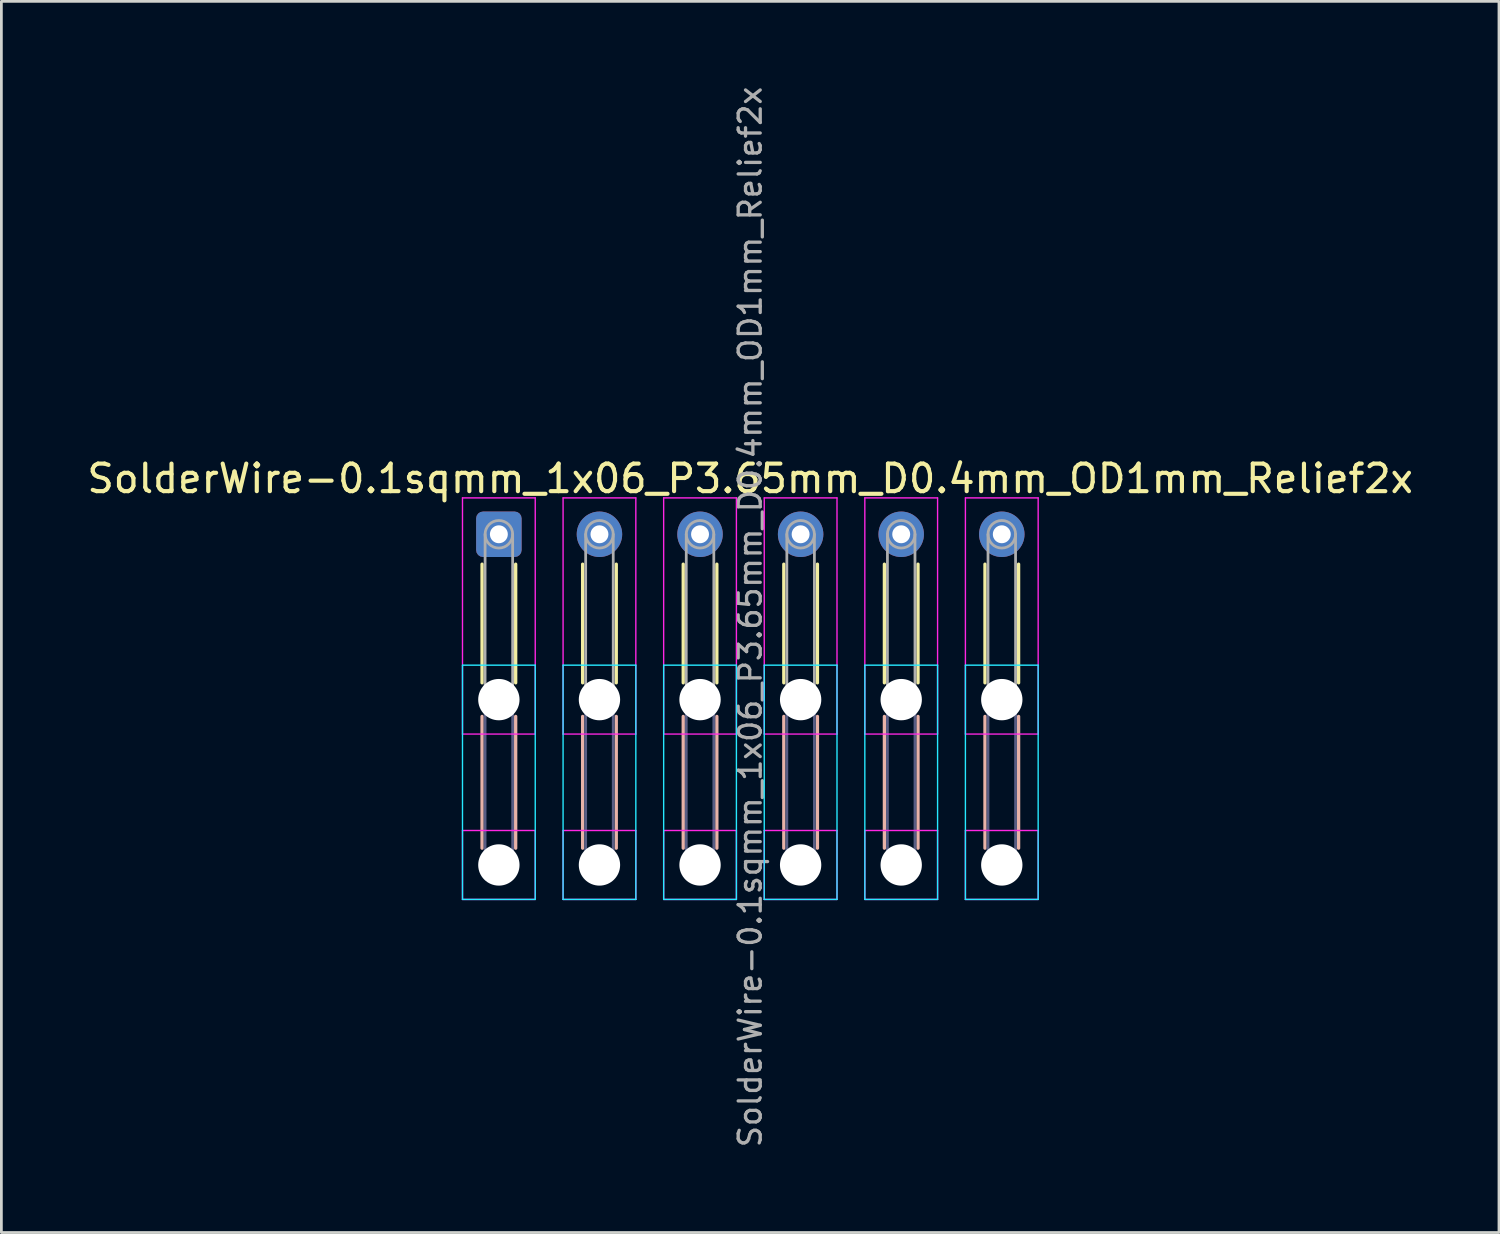
<source format=kicad_pcb>
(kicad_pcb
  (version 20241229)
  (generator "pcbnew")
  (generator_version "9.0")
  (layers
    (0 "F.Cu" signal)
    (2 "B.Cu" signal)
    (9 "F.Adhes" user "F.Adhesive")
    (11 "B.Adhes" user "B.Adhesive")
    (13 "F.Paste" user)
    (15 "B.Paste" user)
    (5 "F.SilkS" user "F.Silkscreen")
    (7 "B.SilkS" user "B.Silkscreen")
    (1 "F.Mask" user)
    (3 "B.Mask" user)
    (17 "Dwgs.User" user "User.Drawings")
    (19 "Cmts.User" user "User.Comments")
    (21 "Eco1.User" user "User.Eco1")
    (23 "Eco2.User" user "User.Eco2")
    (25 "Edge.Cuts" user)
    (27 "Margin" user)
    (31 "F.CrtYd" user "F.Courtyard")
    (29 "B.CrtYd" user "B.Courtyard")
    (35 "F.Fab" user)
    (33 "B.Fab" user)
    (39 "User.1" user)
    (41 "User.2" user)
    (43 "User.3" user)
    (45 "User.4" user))
  (footprint "SolderWire-0.1sqmm_1x06_P3.65mm_D0.4mm_OD1mm_Relief2x"
    (layer "F.Cu")
    (at 15.053 16.338)
    (property "Reference" "SolderWire-0.1sqmm_1x06_P3.65mm_D0.4mm_OD1mm_Relief2x" (at 9.12 -2.02 0) (layer "F.SilkS") (effects (font (size 1 1) (thickness 0.15))))
    (attr exclude_from_pos_files exclude_from_bom)
    (fp_line (start -0.61 1.085) (end -0.61 5.39) (stroke (width 0.12) (type solid)) (layer "F.SilkS"))
    (fp_line (start 0.61 1.085) (end 0.61 5.39) (stroke (width 0.12) (type solid)) (layer "F.SilkS"))
    (fp_line (start 3.04 1.085) (end 3.04 5.39) (stroke (width 0.12) (type solid)) (layer "F.SilkS"))
    (fp_line (start 4.26 1.085) (end 4.26 5.39) (stroke (width 0.12) (type solid)) (layer "F.SilkS"))
    (fp_line (start 6.69 1.085) (end 6.69 5.39) (stroke (width 0.12) (type solid)) (layer "F.SilkS"))
    (fp_line (start 7.91 1.085) (end 7.91 5.39) (stroke (width 0.12) (type solid)) (layer "F.SilkS"))
    (fp_line (start 10.34 1.085) (end 10.34 5.39) (stroke (width 0.12) (type solid)) (layer "F.SilkS"))
    (fp_line (start 11.56 1.085) (end 11.56 5.39) (stroke (width 0.12) (type solid)) (layer "F.SilkS"))
    (fp_line (start 13.99 1.085) (end 13.99 5.39) (stroke (width 0.12) (type solid)) (layer "F.SilkS"))
    (fp_line (start 15.21 1.085) (end 15.21 5.39) (stroke (width 0.12) (type solid)) (layer "F.SilkS"))
    (fp_line (start 17.64 1.085) (end 17.64 5.39) (stroke (width 0.12) (type solid)) (layer "F.SilkS"))
    (fp_line (start 18.86 1.085) (end 18.86 5.39) (stroke (width 0.12) (type solid)) (layer "F.SilkS"))
    (fp_line (start -0.61 6.61) (end -0.61 11.39) (stroke (width 0.12) (type solid)) (layer "B.SilkS"))
    (fp_line (start 0.61 6.61) (end 0.61 11.39) (stroke (width 0.12) (type solid)) (layer "B.SilkS"))
    (fp_line (start 3.04 6.61) (end 3.04 11.39) (stroke (width 0.12) (type solid)) (layer "B.SilkS"))
    (fp_line (start 4.26 6.61) (end 4.26 11.39) (stroke (width 0.12) (type solid)) (layer "B.SilkS"))
    (fp_line (start 6.69 6.61) (end 6.69 11.39) (stroke (width 0.12) (type solid)) (layer "B.SilkS"))
    (fp_line (start 7.91 6.61) (end 7.91 11.39) (stroke (width 0.12) (type solid)) (layer "B.SilkS"))
    (fp_line (start 10.34 6.61) (end 10.34 11.39) (stroke (width 0.12) (type solid)) (layer "B.SilkS"))
    (fp_line (start 11.56 6.61) (end 11.56 11.39) (stroke (width 0.12) (type solid)) (layer "B.SilkS"))
    (fp_line (start 13.99 6.61) (end 13.99 11.39) (stroke (width 0.12) (type solid)) (layer "B.SilkS"))
    (fp_line (start 15.21 6.61) (end 15.21 11.39) (stroke (width 0.12) (type solid)) (layer "B.SilkS"))
    (fp_line (start 17.64 6.61) (end 17.64 11.39) (stroke (width 0.12) (type solid)) (layer "B.SilkS"))
    (fp_line (start 18.86 6.61) (end 18.86 11.39) (stroke (width 0.12) (type solid)) (layer "B.SilkS"))
    (fp_line (start -1.32 4.75) (end -1.32 13.25) (stroke (width 0.05) (type solid)) (layer "B.CrtYd"))
    (fp_line (start -1.32 13.25) (end 1.32 13.25) (stroke (width 0.05) (type solid)) (layer "B.CrtYd"))
    (fp_line (start 1.32 4.75) (end -1.32 4.75) (stroke (width 0.05) (type solid)) (layer "B.CrtYd"))
    (fp_line (start 1.32 13.25) (end 1.32 4.75) (stroke (width 0.05) (type solid)) (layer "B.CrtYd"))
    (fp_line (start 2.33 4.75) (end 2.33 13.25) (stroke (width 0.05) (type solid)) (layer "B.CrtYd"))
    (fp_line (start 2.33 13.25) (end 4.97 13.25) (stroke (width 0.05) (type solid)) (layer "B.CrtYd"))
    (fp_line (start 4.97 4.75) (end 2.33 4.75) (stroke (width 0.05) (type solid)) (layer "B.CrtYd"))
    (fp_line (start 4.97 13.25) (end 4.97 4.75) (stroke (width 0.05) (type solid)) (layer "B.CrtYd"))
    (fp_line (start 5.98 4.75) (end 5.98 13.25) (stroke (width 0.05) (type solid)) (layer "B.CrtYd"))
    (fp_line (start 5.98 13.25) (end 8.62 13.25) (stroke (width 0.05) (type solid)) (layer "B.CrtYd"))
    (fp_line (start 8.62 4.75) (end 5.98 4.75) (stroke (width 0.05) (type solid)) (layer "B.CrtYd"))
    (fp_line (start 8.62 13.25) (end 8.62 4.75) (stroke (width 0.05) (type solid)) (layer "B.CrtYd"))
    (fp_line (start 9.63 4.75) (end 9.63 13.25) (stroke (width 0.05) (type solid)) (layer "B.CrtYd"))
    (fp_line (start 9.63 13.25) (end 12.27 13.25) (stroke (width 0.05) (type solid)) (layer "B.CrtYd"))
    (fp_line (start 12.27 4.75) (end 9.63 4.75) (stroke (width 0.05) (type solid)) (layer "B.CrtYd"))
    (fp_line (start 12.27 13.25) (end 12.27 4.75) (stroke (width 0.05) (type solid)) (layer "B.CrtYd"))
    (fp_line (start 13.28 4.75) (end 13.28 13.25) (stroke (width 0.05) (type solid)) (layer "B.CrtYd"))
    (fp_line (start 13.28 13.25) (end 15.92 13.25) (stroke (width 0.05) (type solid)) (layer "B.CrtYd"))
    (fp_line (start 15.92 4.75) (end 13.28 4.75) (stroke (width 0.05) (type solid)) (layer "B.CrtYd"))
    (fp_line (start 15.92 13.25) (end 15.92 4.75) (stroke (width 0.05) (type solid)) (layer "B.CrtYd"))
    (fp_line (start 16.93 4.75) (end 16.93 13.25) (stroke (width 0.05) (type solid)) (layer "B.CrtYd"))
    (fp_line (start 16.93 13.25) (end 19.57 13.25) (stroke (width 0.05) (type solid)) (layer "B.CrtYd"))
    (fp_line (start 19.57 4.75) (end 16.93 4.75) (stroke (width 0.05) (type solid)) (layer "B.CrtYd"))
    (fp_line (start 19.57 13.25) (end 19.57 4.75) (stroke (width 0.05) (type solid)) (layer "B.CrtYd"))
    (fp_line (start -1.32 -1.32) (end -1.32 7.25) (stroke (width 0.05) (type solid)) (layer "F.CrtYd"))
    (fp_line (start -1.32 7.25) (end 1.32 7.25) (stroke (width 0.05) (type solid)) (layer "F.CrtYd"))
    (fp_line (start -1.32 10.75) (end -1.32 13.25) (stroke (width 0.05) (type solid)) (layer "F.CrtYd"))
    (fp_line (start -1.32 13.25) (end 1.32 13.25) (stroke (width 0.05) (type solid)) (layer "F.CrtYd"))
    (fp_line (start 1.32 -1.32) (end -1.32 -1.32) (stroke (width 0.05) (type solid)) (layer "F.CrtYd"))
    (fp_line (start 1.32 7.25) (end 1.32 -1.32) (stroke (width 0.05) (type solid)) (layer "F.CrtYd"))
    (fp_line (start 1.32 10.75) (end -1.32 10.75) (stroke (width 0.05) (type solid)) (layer "F.CrtYd"))
    (fp_line (start 1.32 13.25) (end 1.32 10.75) (stroke (width 0.05) (type solid)) (layer "F.CrtYd"))
    (fp_line (start 2.33 -1.32) (end 2.33 7.25) (stroke (width 0.05) (type solid)) (layer "F.CrtYd"))
    (fp_line (start 2.33 7.25) (end 4.97 7.25) (stroke (width 0.05) (type solid)) (layer "F.CrtYd"))
    (fp_line (start 2.33 10.75) (end 2.33 13.25) (stroke (width 0.05) (type solid)) (layer "F.CrtYd"))
    (fp_line (start 2.33 13.25) (end 4.97 13.25) (stroke (width 0.05) (type solid)) (layer "F.CrtYd"))
    (fp_line (start 4.97 -1.32) (end 2.33 -1.32) (stroke (width 0.05) (type solid)) (layer "F.CrtYd"))
    (fp_line (start 4.97 7.25) (end 4.97 -1.32) (stroke (width 0.05) (type solid)) (layer "F.CrtYd"))
    (fp_line (start 4.97 10.75) (end 2.33 10.75) (stroke (width 0.05) (type solid)) (layer "F.CrtYd"))
    (fp_line (start 4.97 13.25) (end 4.97 10.75) (stroke (width 0.05) (type solid)) (layer "F.CrtYd"))
    (fp_line (start 5.98 -1.32) (end 5.98 7.25) (stroke (width 0.05) (type solid)) (layer "F.CrtYd"))
    (fp_line (start 5.98 7.25) (end 8.62 7.25) (stroke (width 0.05) (type solid)) (layer "F.CrtYd"))
    (fp_line (start 5.98 10.75) (end 5.98 13.25) (stroke (width 0.05) (type solid)) (layer "F.CrtYd"))
    (fp_line (start 5.98 13.25) (end 8.62 13.25) (stroke (width 0.05) (type solid)) (layer "F.CrtYd"))
    (fp_line (start 8.62 -1.32) (end 5.98 -1.32) (stroke (width 0.05) (type solid)) (layer "F.CrtYd"))
    (fp_line (start 8.62 7.25) (end 8.62 -1.32) (stroke (width 0.05) (type solid)) (layer "F.CrtYd"))
    (fp_line (start 8.62 10.75) (end 5.98 10.75) (stroke (width 0.05) (type solid)) (layer "F.CrtYd"))
    (fp_line (start 8.62 13.25) (end 8.62 10.75) (stroke (width 0.05) (type solid)) (layer "F.CrtYd"))
    (fp_line (start 9.63 -1.32) (end 9.63 7.25) (stroke (width 0.05) (type solid)) (layer "F.CrtYd"))
    (fp_line (start 9.63 7.25) (end 12.27 7.25) (stroke (width 0.05) (type solid)) (layer "F.CrtYd"))
    (fp_line (start 9.63 10.75) (end 9.63 13.25) (stroke (width 0.05) (type solid)) (layer "F.CrtYd"))
    (fp_line (start 9.63 13.25) (end 12.27 13.25) (stroke (width 0.05) (type solid)) (layer "F.CrtYd"))
    (fp_line (start 12.27 -1.32) (end 9.63 -1.32) (stroke (width 0.05) (type solid)) (layer "F.CrtYd"))
    (fp_line (start 12.27 7.25) (end 12.27 -1.32) (stroke (width 0.05) (type solid)) (layer "F.CrtYd"))
    (fp_line (start 12.27 10.75) (end 9.63 10.75) (stroke (width 0.05) (type solid)) (layer "F.CrtYd"))
    (fp_line (start 12.27 13.25) (end 12.27 10.75) (stroke (width 0.05) (type solid)) (layer "F.CrtYd"))
    (fp_line (start 13.28 -1.32) (end 13.28 7.25) (stroke (width 0.05) (type solid)) (layer "F.CrtYd"))
    (fp_line (start 13.28 7.25) (end 15.92 7.25) (stroke (width 0.05) (type solid)) (layer "F.CrtYd"))
    (fp_line (start 13.28 10.75) (end 13.28 13.25) (stroke (width 0.05) (type solid)) (layer "F.CrtYd"))
    (fp_line (start 13.28 13.25) (end 15.92 13.25) (stroke (width 0.05) (type solid)) (layer "F.CrtYd"))
    (fp_line (start 15.92 -1.32) (end 13.28 -1.32) (stroke (width 0.05) (type solid)) (layer "F.CrtYd"))
    (fp_line (start 15.92 7.25) (end 15.92 -1.32) (stroke (width 0.05) (type solid)) (layer "F.CrtYd"))
    (fp_line (start 15.92 10.75) (end 13.28 10.75) (stroke (width 0.05) (type solid)) (layer "F.CrtYd"))
    (fp_line (start 15.92 13.25) (end 15.92 10.75) (stroke (width 0.05) (type solid)) (layer "F.CrtYd"))
    (fp_line (start 16.93 -1.32) (end 16.93 7.25) (stroke (width 0.05) (type solid)) (layer "F.CrtYd"))
    (fp_line (start 16.93 7.25) (end 19.57 7.25) (stroke (width 0.05) (type solid)) (layer "F.CrtYd"))
    (fp_line (start 16.93 10.75) (end 16.93 13.25) (stroke (width 0.05) (type solid)) (layer "F.CrtYd"))
    (fp_line (start 16.93 13.25) (end 19.57 13.25) (stroke (width 0.05) (type solid)) (layer "F.CrtYd"))
    (fp_line (start 19.57 -1.32) (end 16.93 -1.32) (stroke (width 0.05) (type solid)) (layer "F.CrtYd"))
    (fp_line (start 19.57 7.25) (end 19.57 -1.32) (stroke (width 0.05) (type solid)) (layer "F.CrtYd"))
    (fp_line (start 19.57 10.75) (end 16.93 10.75) (stroke (width 0.05) (type solid)) (layer "F.CrtYd"))
    (fp_line (start 19.57 13.25) (end 19.57 10.75) (stroke (width 0.05) (type solid)) (layer "F.CrtYd"))
    (fp_line (start -0.5 6) (end -0.5 12) (stroke (width 0.1) (type solid)) (layer "B.Fab"))
    (fp_line (start 0.5 6) (end 0.5 12) (stroke (width 0.1) (type solid)) (layer "B.Fab"))
    (fp_line (start 3.15 6) (end 3.15 12) (stroke (width 0.1) (type solid)) (layer "B.Fab"))
    (fp_line (start 4.15 6) (end 4.15 12) (stroke (width 0.1) (type solid)) (layer "B.Fab"))
    (fp_line (start 6.8 6) (end 6.8 12) (stroke (width 0.1) (type solid)) (layer "B.Fab"))
    (fp_line (start 7.8 6) (end 7.8 12) (stroke (width 0.1) (type solid)) (layer "B.Fab"))
    (fp_line (start 10.45 6) (end 10.45 12) (stroke (width 0.1) (type solid)) (layer "B.Fab"))
    (fp_line (start 11.45 6) (end 11.45 12) (stroke (width 0.1) (type solid)) (layer "B.Fab"))
    (fp_line (start 14.1 6) (end 14.1 12) (stroke (width 0.1) (type solid)) (layer "B.Fab"))
    (fp_line (start 15.1 6) (end 15.1 12) (stroke (width 0.1) (type solid)) (layer "B.Fab"))
    (fp_line (start 17.75 6) (end 17.75 12) (stroke (width 0.1) (type solid)) (layer "B.Fab"))
    (fp_line (start 18.75 6) (end 18.75 12) (stroke (width 0.1) (type solid)) (layer "B.Fab"))
    (fp_circle (center 0 6) (end 0.5 6) (stroke (width 0.1) (type solid)) (fill no) (layer "B.Fab"))
    (fp_circle (center 0 12) (end 0.5 12) (stroke (width 0.1) (type solid)) (fill no) (layer "B.Fab"))
    (fp_circle (center 3.65 6) (end 4.15 6) (stroke (width 0.1) (type solid)) (fill no) (layer "B.Fab"))
    (fp_circle (center 3.65 12) (end 4.15 12) (stroke (width 0.1) (type solid)) (fill no) (layer "B.Fab"))
    (fp_circle (center 7.3 6) (end 7.8 6) (stroke (width 0.1) (type solid)) (fill no) (layer "B.Fab"))
    (fp_circle (center 7.3 12) (end 7.8 12) (stroke (width 0.1) (type solid)) (fill no) (layer "B.Fab"))
    (fp_circle (center 10.95 6) (end 11.45 6) (stroke (width 0.1) (type solid)) (fill no) (layer "B.Fab"))
    (fp_circle (center 10.95 12) (end 11.45 12) (stroke (width 0.1) (type solid)) (fill no) (layer "B.Fab"))
    (fp_circle (center 14.6 6) (end 15.1 6) (stroke (width 0.1) (type solid)) (fill no) (layer "B.Fab"))
    (fp_circle (center 14.6 12) (end 15.1 12) (stroke (width 0.1) (type solid)) (fill no) (layer "B.Fab"))
    (fp_circle (center 18.25 6) (end 18.75 6) (stroke (width 0.1) (type solid)) (fill no) (layer "B.Fab"))
    (fp_circle (center 18.25 12) (end 18.75 12) (stroke (width 0.1) (type solid)) (fill no) (layer "B.Fab"))
    (fp_line (start -0.5 0) (end -0.5 6) (stroke (width 0.1) (type solid)) (layer "F.Fab"))
    (fp_line (start 0.5 0) (end 0.5 6) (stroke (width 0.1) (type solid)) (layer "F.Fab"))
    (fp_line (start 3.15 0) (end 3.15 6) (stroke (width 0.1) (type solid)) (layer "F.Fab"))
    (fp_line (start 4.15 0) (end 4.15 6) (stroke (width 0.1) (type solid)) (layer "F.Fab"))
    (fp_line (start 6.8 0) (end 6.8 6) (stroke (width 0.1) (type solid)) (layer "F.Fab"))
    (fp_line (start 7.8 0) (end 7.8 6) (stroke (width 0.1) (type solid)) (layer "F.Fab"))
    (fp_line (start 10.45 0) (end 10.45 6) (stroke (width 0.1) (type solid)) (layer "F.Fab"))
    (fp_line (start 11.45 0) (end 11.45 6) (stroke (width 0.1) (type solid)) (layer "F.Fab"))
    (fp_line (start 14.1 0) (end 14.1 6) (stroke (width 0.1) (type solid)) (layer "F.Fab"))
    (fp_line (start 15.1 0) (end 15.1 6) (stroke (width 0.1) (type solid)) (layer "F.Fab"))
    (fp_line (start 17.75 0) (end 17.75 6) (stroke (width 0.1) (type solid)) (layer "F.Fab"))
    (fp_line (start 18.75 0) (end 18.75 6) (stroke (width 0.1) (type solid)) (layer "F.Fab"))
    (fp_circle (center 0 0) (end 0.5 0) (stroke (width 0.1) (type solid)) (fill no) (layer "F.Fab"))
    (fp_circle (center 0 6) (end 0.5 6) (stroke (width 0.1) (type solid)) (fill no) (layer "F.Fab"))
    (fp_circle (center 0 12) (end 0.5 12) (stroke (width 0.1) (type solid)) (fill no) (layer "F.Fab"))
    (fp_circle (center 3.65 0) (end 4.15 0) (stroke (width 0.1) (type solid)) (fill no) (layer "F.Fab"))
    (fp_circle (center 3.65 6) (end 4.15 6) (stroke (width 0.1) (type solid)) (fill no) (layer "F.Fab"))
    (fp_circle (center 3.65 12) (end 4.15 12) (stroke (width 0.1) (type solid)) (fill no) (layer "F.Fab"))
    (fp_circle (center 7.3 0) (end 7.8 0) (stroke (width 0.1) (type solid)) (fill no) (layer "F.Fab"))
    (fp_circle (center 7.3 6) (end 7.8 6) (stroke (width 0.1) (type solid)) (fill no) (layer "F.Fab"))
    (fp_circle (center 7.3 12) (end 7.8 12) (stroke (width 0.1) (type solid)) (fill no) (layer "F.Fab"))
    (fp_circle (center 10.95 0) (end 11.45 0) (stroke (width 0.1) (type solid)) (fill no) (layer "F.Fab"))
    (fp_circle (center 10.95 6) (end 11.45 6) (stroke (width 0.1) (type solid)) (fill no) (layer "F.Fab"))
    (fp_circle (center 10.95 12) (end 11.45 12) (stroke (width 0.1) (type solid)) (fill no) (layer "F.Fab"))
    (fp_circle (center 14.6 0) (end 15.1 0) (stroke (width 0.1) (type solid)) (fill no) (layer "F.Fab"))
    (fp_circle (center 14.6 6) (end 15.1 6) (stroke (width 0.1) (type solid)) (fill no) (layer "F.Fab"))
    (fp_circle (center 14.6 12) (end 15.1 12) (stroke (width 0.1) (type solid)) (fill no) (layer "F.Fab"))
    (fp_circle (center 18.25 0) (end 18.75 0) (stroke (width 0.1) (type solid)) (fill no) (layer "F.Fab"))
    (fp_circle (center 18.25 6) (end 18.75 6) (stroke (width 0.1) (type solid)) (fill no) (layer "F.Fab"))
    (fp_circle (center 18.25 12) (end 18.75 12) (stroke (width 0.1) (type solid)) (fill no) (layer "F.Fab"))
    (fp_text user "${REFERENCE}" (at 9.12 3 90) (layer "F.Fab") (effects (font (size 0.8 0.8) (thickness 0.12))))
    (pad "" np_thru_hole circle (at 0 6) (size 1.5 1.5) (drill 1.5) (layers "*.Cu" "*.Mask"))
    (pad "" np_thru_hole circle (at 0 12) (size 1.5 1.5) (drill 1.5) (layers "*.Cu" "*.Mask"))
    (pad "" np_thru_hole circle (at 3.65 6) (size 1.5 1.5) (drill 1.5) (layers "*.Cu" "*.Mask"))
    (pad "" np_thru_hole circle (at 3.65 12) (size 1.5 1.5) (drill 1.5) (layers "*.Cu" "*.Mask"))
    (pad "" np_thru_hole circle (at 7.3 6) (size 1.5 1.5) (drill 1.5) (layers "*.Cu" "*.Mask"))
    (pad "" np_thru_hole circle (at 7.3 12) (size 1.5 1.5) (drill 1.5) (layers "*.Cu" "*.Mask"))
    (pad "" np_thru_hole circle (at 10.95 6) (size 1.5 1.5) (drill 1.5) (layers "*.Cu" "*.Mask"))
    (pad "" np_thru_hole circle (at 10.95 12) (size 1.5 1.5) (drill 1.5) (layers "*.Cu" "*.Mask"))
    (pad "" np_thru_hole circle (at 14.6 6) (size 1.5 1.5) (drill 1.5) (layers "*.Cu" "*.Mask"))
    (pad "" np_thru_hole circle (at 14.6 12) (size 1.5 1.5) (drill 1.5) (layers "*.Cu" "*.Mask"))
    (pad "" np_thru_hole circle (at 18.25 6) (size 1.5 1.5) (drill 1.5) (layers "*.Cu" "*.Mask"))
    (pad "" np_thru_hole circle (at 18.25 12) (size 1.5 1.5) (drill 1.5) (layers "*.Cu" "*.Mask"))
    (pad "1" thru_hole roundrect (at 0 0) (size 1.65 1.65) (drill 0.65) (layers "*.Cu" "*.Mask") (roundrect_rratio 0.152))
    (pad "2" thru_hole circle (at 3.65 0) (size 1.65 1.65) (drill 0.65) (layers "*.Cu" "*.Mask"))
    (pad "3" thru_hole circle (at 7.3 0) (size 1.65 1.65) (drill 0.65) (layers "*.Cu" "*.Mask"))
    (pad "4" thru_hole circle (at 10.95 0) (size 1.65 1.65) (drill 0.65) (layers "*.Cu" "*.Mask"))
    (pad "5" thru_hole circle (at 14.6 0) (size 1.65 1.65) (drill 0.65) (layers "*.Cu" "*.Mask"))
    (pad "6" thru_hole circle (at 18.25 0) (size 1.65 1.65) (drill 0.65) (layers "*.Cu" "*.Mask")))
  (gr_rect
    (start -3 -3)
    (end 51.345 41.676)
    (stroke (width 0.1) (type default))
    (fill no)
    (layer "Edge.Cuts")))
</source>
